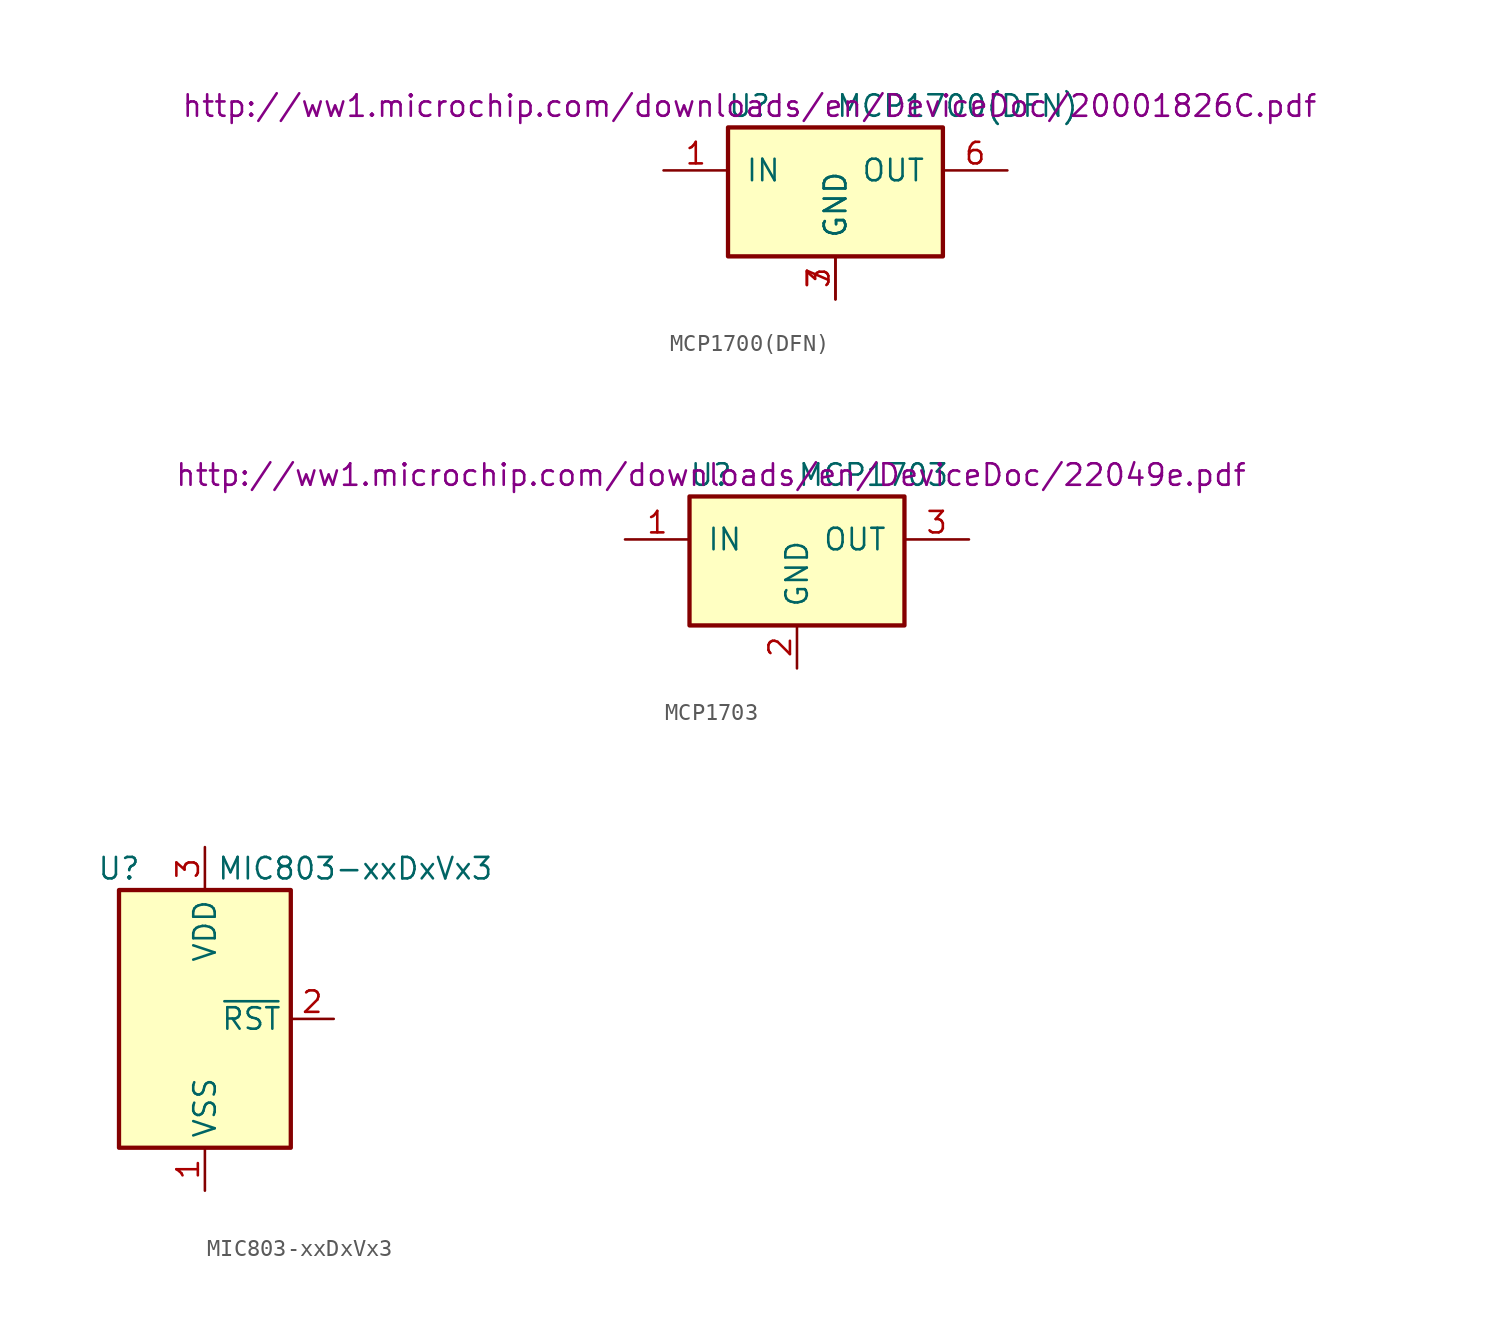
<source format=kicad_sym>
(kicad_symbol_lib
  (version 20231120)
  (generator "kicad_symbol_editor")
  (generator_version "8.0")
  (symbol "MCP1700(DFN)"
    (pin_names
      (offset 1.016))
    (property "Reference" "U"
      (at -5.08 5.08 0)
      (effects (font (size 1.27 1.27))))
    (property "Value" "MCP1700(DFN)"
      (at 0 5.08 0)
      (effects (font (size 1.27 1.27)) (justify left)))
    (property "Datasheet" "http://ww1.microchip.com/downloads/en/DeviceDoc/20001826C.pdf"
      (at -5.08 5.08 0)
      (effects (font (size 1.27 1.27))))
    (symbol "MCP1700(DFN)_0_1"
      (rectangle (start -6.35 3.81) (end 6.35 -3.81) (stroke (width 0.254) (type solid)) (fill (type background))))
    (symbol "MCP1700(DFN)_1_1"
      (pin power_in line (at -10.16 1.27 0) (length 3.81) (name "IN" (effects (font (size 1.27 1.27)))) (number "1" (effects (font (size 1.27 1.27)))))
      (pin power_in line (at 0 -6.35 90) (length 2.54) (name "GND" (effects (font (size 1.27 1.27)))) (number "3" (effects (font (size 1.27 1.27)))))
      (pin power_out line (at 10.16 1.27 180) (length 3.81) (name "OUT" (effects (font (size 1.27 1.27)))) (number "6" (effects (font (size 1.27 1.27)))))
      (pin power_in line (at 0 -6.35 90) (length 2.54) (name "GND" (effects (font (size 1.27 1.27)))) (number "7" (effects (font (size 1.27 1.27)))))))
  (symbol "MCP1703"
    (pin_names
      (offset 1.016))
    (property "Reference" "U"
      (at -5.08 5.08 0)
      (effects (font (size 1.27 1.27))))
    (property "Value" "MCP1703"
      (at 0 5.08 0)
      (effects (font (size 1.27 1.27)) (justify left)))
    (property "Datasheet" "http://ww1.microchip.com/downloads/en/DeviceDoc/22049e.pdf"
      (at -5.08 5.08 0)
      (effects (font (size 1.27 1.27))))
    (symbol "MCP1703_0_1"
      (rectangle (start -6.35 3.81) (end 6.35 -3.81) (stroke (width 0.254) (type solid)) (fill (type background))))
    (symbol "MCP1703_1_1"
      (pin power_in line (at -10.16 1.27 0) (length 3.81) (name "IN" (effects (font (size 1.27 1.27)))) (number "1" (effects (font (size 1.27 1.27)))))
      (pin power_in line (at 0 -6.35 90) (length 2.54) (name "GND" (effects (font (size 1.27 1.27)))) (number "2" (effects (font (size 1.27 1.27)))))
      (pin power_out line (at 10.16 1.27 180) (length 3.81) (name "OUT" (effects (font (size 1.27 1.27)))) (number "3" (effects (font (size 1.27 1.27)))))))
  (symbol "MIC803-xxDxVx3"
    (property "Reference" "U"
      (at -5.08 8.89 0)
      (effects (font (size 1.27 1.27))))
    (property "Value" "MIC803-xxDxVx3"
      (at 8.89 8.89 0)
      (effects (font (size 1.27 1.27))))
    (symbol "MIC803-xxDxVx3_0_1"
      (rectangle (start 5.08 7.62) (end -5.08 -7.62) (stroke (width 0.254) (type solid)) (fill (type background))))
    (symbol "MIC803-xxDxVx3_1_1"
      (pin power_in line (at 0 -10.16 90) (length 2.54) (name "VSS" (effects (font (size 1.27 1.27)))) (number "1" (effects (font (size 1.27 1.27)))))
      (pin open_collector line (at 7.62 0 180) (length 2.54) (name "~{RST}" (effects (font (size 1.27 1.27)))) (number "2" (effects (font (size 1.27 1.27)))))
      (pin power_in line (at 0 10.16 270) (length 2.54) (name "VDD" (effects (font (size 1.27 1.27)))) (number "3" (effects (font (size 1.27 1.27))))))))
</source>
